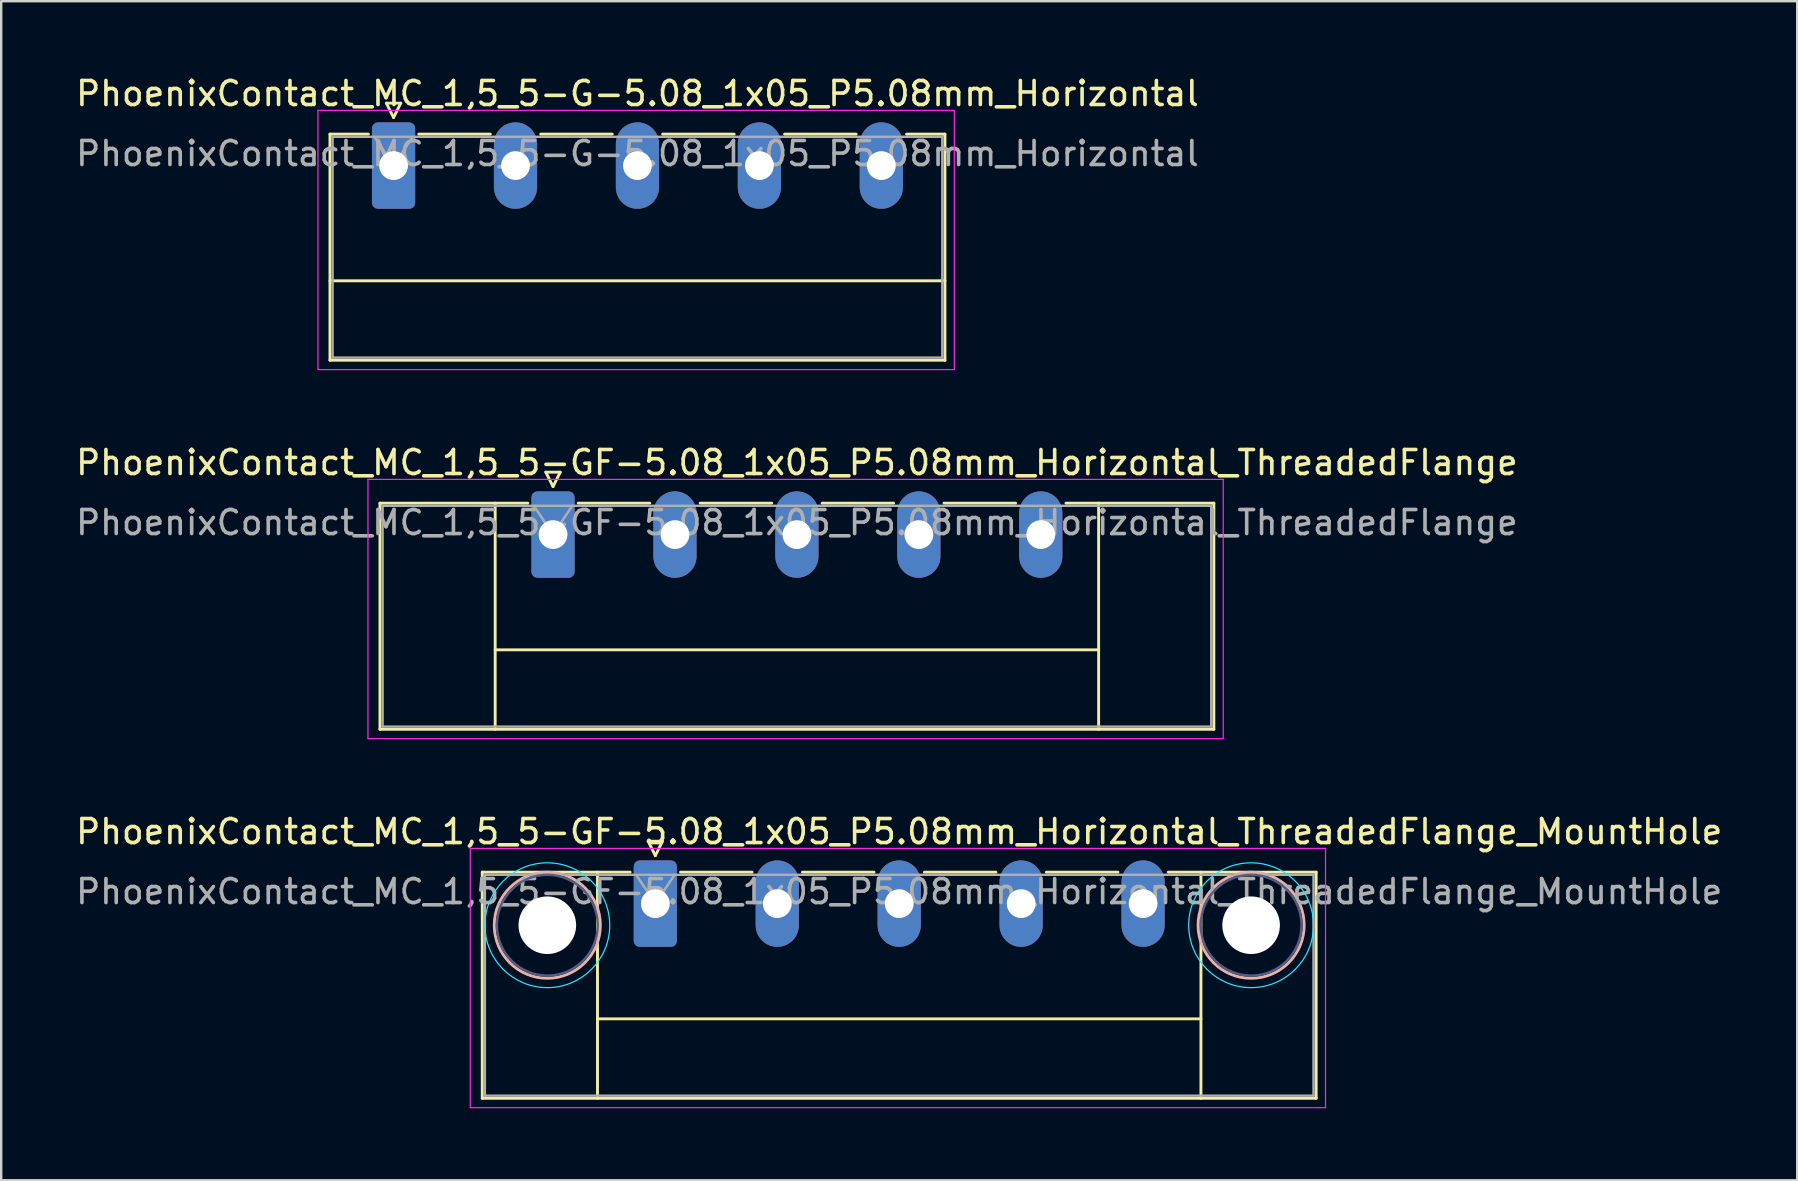
<source format=kicad_pcb>
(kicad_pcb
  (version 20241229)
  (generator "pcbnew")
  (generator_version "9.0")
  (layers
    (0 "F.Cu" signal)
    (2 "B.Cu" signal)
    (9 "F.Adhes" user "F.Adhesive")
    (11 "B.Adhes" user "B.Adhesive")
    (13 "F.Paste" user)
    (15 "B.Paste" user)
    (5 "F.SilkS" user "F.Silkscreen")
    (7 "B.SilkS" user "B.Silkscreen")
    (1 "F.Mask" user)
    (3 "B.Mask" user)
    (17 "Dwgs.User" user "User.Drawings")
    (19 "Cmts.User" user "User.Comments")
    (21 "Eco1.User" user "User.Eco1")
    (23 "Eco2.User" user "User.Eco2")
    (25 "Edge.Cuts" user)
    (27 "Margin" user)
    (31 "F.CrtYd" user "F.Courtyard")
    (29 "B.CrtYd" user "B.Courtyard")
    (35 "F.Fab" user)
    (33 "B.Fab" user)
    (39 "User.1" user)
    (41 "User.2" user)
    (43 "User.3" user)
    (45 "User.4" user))
  (footprint "PhoenixContact_MC_1,5_5-GF-5.08_1x05_P5.08mm_Horizontal_ThreadedFlange_MountHole"
    (layer "F.Cu")
    (at 24.251 34.595)
    (property "Reference" "PhoenixContact_MC_1,5_5-GF-5.08_1x05_P5.08mm_Horizontal_ThreadedFlange_MountHole" (at 10.16 -3 0) (layer "F.SilkS") (effects (font (size 1 1) (thickness 0.15))))
    (attr through_hole)
    (fp_line (start -7.21 -1.31) (end -7.21 8.11) (stroke (width 0.12) (type solid)) (layer "F.SilkS"))
    (fp_line (start -7.21 -1.31) (end -1.05 -1.31) (stroke (width 0.12) (type solid)) (layer "F.SilkS"))
    (fp_line (start -7.21 8.11) (end 27.53 8.11) (stroke (width 0.12) (type solid)) (layer "F.SilkS"))
    (fp_line (start -2.41 -1.31) (end -2.41 8.11) (stroke (width 0.12) (type solid)) (layer "F.SilkS"))
    (fp_line (start -2.41 4.8) (end 22.73 4.8) (stroke (width 0.12) (type solid)) (layer "F.SilkS"))
    (fp_line (start -0.3 -2.6) (end 0.3 -2.6) (stroke (width 0.12) (type solid)) (layer "F.SilkS"))
    (fp_line (start 0 -2) (end -0.3 -2.6) (stroke (width 0.12) (type solid)) (layer "F.SilkS"))
    (fp_line (start 0.3 -2.6) (end 0 -2) (stroke (width 0.12) (type solid)) (layer "F.SilkS"))
    (fp_line (start 1.05 -1.31) (end 4.03 -1.31) (stroke (width 0.12) (type solid)) (layer "F.SilkS"))
    (fp_line (start 6.13 -1.31) (end 9.11 -1.31) (stroke (width 0.12) (type solid)) (layer "F.SilkS"))
    (fp_line (start 11.21 -1.31) (end 14.19 -1.31) (stroke (width 0.12) (type solid)) (layer "F.SilkS"))
    (fp_line (start 16.29 -1.31) (end 19.27 -1.31) (stroke (width 0.12) (type solid)) (layer "F.SilkS"))
    (fp_line (start 22.73 -1.31) (end 22.73 8.11) (stroke (width 0.12) (type solid)) (layer "F.SilkS"))
    (fp_line (start 27.53 -1.31) (end 21.37 -1.31) (stroke (width 0.12) (type solid)) (layer "F.SilkS"))
    (fp_line (start 27.53 8.11) (end 27.53 -1.31) (stroke (width 0.12) (type solid)) (layer "F.SilkS"))
    (fp_circle (center -4.5 0.9) (end -2.29 0.9) (stroke (width 0.12) (type solid)) (fill no) (layer "B.SilkS"))
    (fp_circle (center 24.82 0.9) (end 27.03 0.9) (stroke (width 0.12) (type solid)) (fill no) (layer "B.SilkS"))
    (fp_circle (center -4.5 0.9) (end -1.9 0.9) (stroke (width 0.05) (type solid)) (fill no) (layer "B.CrtYd"))
    (fp_circle (center 24.82 0.9) (end 27.42 0.9) (stroke (width 0.05) (type solid)) (fill no) (layer "B.CrtYd"))
    (fp_line (start -7.71 -2.3) (end -7.71 8.5) (stroke (width 0.05) (type solid)) (layer "F.CrtYd"))
    (fp_line (start -7.71 8.5) (end 27.92 8.5) (stroke (width 0.05) (type solid)) (layer "F.CrtYd"))
    (fp_line (start 27.92 -2.3) (end -7.71 -2.3) (stroke (width 0.05) (type solid)) (layer "F.CrtYd"))
    (fp_line (start 27.92 8.5) (end 27.92 -2.3) (stroke (width 0.05) (type solid)) (layer "F.CrtYd"))
    (fp_circle (center -4.5 0.9) (end -2.4 0.9) (stroke (width 0.1) (type solid)) (fill no) (layer "B.Fab"))
    (fp_circle (center 24.82 0.9) (end 26.92 0.9) (stroke (width 0.1) (type solid)) (fill no) (layer "B.Fab"))
    (fp_line (start -7.1 -1.2) (end -7.1 8) (stroke (width 0.1) (type solid)) (layer "F.Fab"))
    (fp_line (start -7.1 8) (end 27.42 8) (stroke (width 0.1) (type solid)) (layer "F.Fab"))
    (fp_line (start 0 0) (end -0.8 -1.2) (stroke (width 0.1) (type solid)) (layer "F.Fab"))
    (fp_line (start 0.8 -1.2) (end 0 0) (stroke (width 0.1) (type solid)) (layer "F.Fab"))
    (fp_line (start 27.42 -1.2) (end -7.1 -1.2) (stroke (width 0.1) (type solid)) (layer "F.Fab"))
    (fp_line (start 27.42 8) (end 27.42 -1.2) (stroke (width 0.1) (type solid)) (layer "F.Fab"))
    (fp_text user "${REFERENCE}" (at 10.16 -0.5 0) (layer "F.Fab") (effects (font (size 1 1) (thickness 0.15))))
    (pad "" np_thru_hole circle (at -4.5 0.9) (size 2.4 2.4) (drill 2.4) (layers "*.Cu" "*.Mask"))
    (pad "" np_thru_hole circle (at 24.82 0.9) (size 2.4 2.4) (drill 2.4) (layers "*.Cu" "*.Mask"))
    (pad "1" thru_hole roundrect (at 0 0) (size 1.8 3.6) (drill 1.2) (layers "*.Cu" "*.Mask") (roundrect_rratio 0.139))
    (pad "2" thru_hole oval (at 5.08 0) (size 1.8 3.6) (drill 1.2) (layers "*.Cu" "*.Mask"))
    (pad "3" thru_hole oval (at 10.16 0) (size 1.8 3.6) (drill 1.2) (layers "*.Cu" "*.Mask"))
    (pad "4" thru_hole oval (at 15.24 0) (size 1.8 3.6) (drill 1.2) (layers "*.Cu" "*.Mask"))
    (pad "5" thru_hole oval (at 20.32 0) (size 1.8 3.6) (drill 1.2) (layers "*.Cu" "*.Mask")))
  (footprint "PhoenixContact_MC_1,5_5-G-5.08_1x05_P5.08mm_Horizontal"
    (layer "F.Cu")
    (at 13.346 3.848)
    (property "Reference" "PhoenixContact_MC_1,5_5-G-5.08_1x05_P5.08mm_Horizontal" (at 10.16 -3 0) (layer "F.SilkS") (effects (font (size 1 1) (thickness 0.15))))
    (attr through_hole)
    (fp_line (start -2.65 -1.31) (end -2.65 8.11) (stroke (width 0.12) (type solid)) (layer "F.SilkS"))
    (fp_line (start -2.65 -1.31) (end -1.05 -1.31) (stroke (width 0.12) (type solid)) (layer "F.SilkS"))
    (fp_line (start -2.65 4.8) (end 22.97 4.8) (stroke (width 0.12) (type solid)) (layer "F.SilkS"))
    (fp_line (start -2.65 8.11) (end 22.97 8.11) (stroke (width 0.12) (type solid)) (layer "F.SilkS"))
    (fp_line (start -0.3 -2.6) (end 0.3 -2.6) (stroke (width 0.12) (type solid)) (layer "F.SilkS"))
    (fp_line (start 0 -2) (end -0.3 -2.6) (stroke (width 0.12) (type solid)) (layer "F.SilkS"))
    (fp_line (start 0.3 -2.6) (end 0 -2) (stroke (width 0.12) (type solid)) (layer "F.SilkS"))
    (fp_line (start 1.05 -1.31) (end 4.03 -1.31) (stroke (width 0.12) (type solid)) (layer "F.SilkS"))
    (fp_line (start 6.13 -1.31) (end 9.11 -1.31) (stroke (width 0.12) (type solid)) (layer "F.SilkS"))
    (fp_line (start 11.21 -1.31) (end 14.19 -1.31) (stroke (width 0.12) (type solid)) (layer "F.SilkS"))
    (fp_line (start 16.29 -1.31) (end 19.27 -1.31) (stroke (width 0.12) (type solid)) (layer "F.SilkS"))
    (fp_line (start 22.97 -1.31) (end 21.37 -1.31) (stroke (width 0.12) (type solid)) (layer "F.SilkS"))
    (fp_line (start 22.97 8.11) (end 22.97 -1.31) (stroke (width 0.12) (type solid)) (layer "F.SilkS"))
    (fp_line (start -3.15 -2.3) (end -3.15 8.5) (stroke (width 0.05) (type solid)) (layer "F.CrtYd"))
    (fp_line (start -3.15 8.5) (end 23.36 8.5) (stroke (width 0.05) (type solid)) (layer "F.CrtYd"))
    (fp_line (start 23.36 -2.3) (end -3.15 -2.3) (stroke (width 0.05) (type solid)) (layer "F.CrtYd"))
    (fp_line (start 23.36 8.5) (end 23.36 -2.3) (stroke (width 0.05) (type solid)) (layer "F.CrtYd"))
    (fp_line (start -2.54 -1.2) (end -2.54 8) (stroke (width 0.1) (type solid)) (layer "F.Fab"))
    (fp_line (start -2.54 8) (end 22.86 8) (stroke (width 0.1) (type solid)) (layer "F.Fab"))
    (fp_line (start 0 0) (end -0.8 -1.2) (stroke (width 0.1) (type solid)) (layer "F.Fab"))
    (fp_line (start 0.8 -1.2) (end 0 0) (stroke (width 0.1) (type solid)) (layer "F.Fab"))
    (fp_line (start 22.86 -1.2) (end -2.54 -1.2) (stroke (width 0.1) (type solid)) (layer "F.Fab"))
    (fp_line (start 22.86 8) (end 22.86 -1.2) (stroke (width 0.1) (type solid)) (layer "F.Fab"))
    (fp_text user "${REFERENCE}" (at 10.16 -0.5 0) (layer "F.Fab") (effects (font (size 1 1) (thickness 0.15))))
    (pad "1" thru_hole roundrect (at 0 0) (size 1.8 3.6) (drill 1.2) (layers "*.Cu" "*.Mask") (roundrect_rratio 0.139))
    (pad "2" thru_hole oval (at 5.08 0) (size 1.8 3.6) (drill 1.2) (layers "*.Cu" "*.Mask"))
    (pad "3" thru_hole oval (at 10.16 0) (size 1.8 3.6) (drill 1.2) (layers "*.Cu" "*.Mask"))
    (pad "4" thru_hole oval (at 15.24 0) (size 1.8 3.6) (drill 1.2) (layers "*.Cu" "*.Mask"))
    (pad "5" thru_hole oval (at 20.32 0) (size 1.8 3.6) (drill 1.2) (layers "*.Cu" "*.Mask")))
  (footprint "PhoenixContact_MC_1,5_5-GF-5.08_1x05_P5.08mm_Horizontal_ThreadedFlange"
    (layer "F.Cu")
    (at 19.989 19.221)
    (property "Reference" "PhoenixContact_MC_1,5_5-GF-5.08_1x05_P5.08mm_Horizontal_ThreadedFlange" (at 10.16 -3 0) (layer "F.SilkS") (effects (font (size 1 1) (thickness 0.15))))
    (attr through_hole)
    (fp_line (start -7.21 -1.31) (end -7.21 8.11) (stroke (width 0.12) (type solid)) (layer "F.SilkS"))
    (fp_line (start -7.21 -1.31) (end -1.05 -1.31) (stroke (width 0.12) (type solid)) (layer "F.SilkS"))
    (fp_line (start -7.21 8.11) (end 27.53 8.11) (stroke (width 0.12) (type solid)) (layer "F.SilkS"))
    (fp_line (start -2.41 -1.31) (end -2.41 8.11) (stroke (width 0.12) (type solid)) (layer "F.SilkS"))
    (fp_line (start -2.41 4.8) (end 22.73 4.8) (stroke (width 0.12) (type solid)) (layer "F.SilkS"))
    (fp_line (start -0.3 -2.6) (end 0.3 -2.6) (stroke (width 0.12) (type solid)) (layer "F.SilkS"))
    (fp_line (start 0 -2) (end -0.3 -2.6) (stroke (width 0.12) (type solid)) (layer "F.SilkS"))
    (fp_line (start 0.3 -2.6) (end 0 -2) (stroke (width 0.12) (type solid)) (layer "F.SilkS"))
    (fp_line (start 1.05 -1.31) (end 4.03 -1.31) (stroke (width 0.12) (type solid)) (layer "F.SilkS"))
    (fp_line (start 6.13 -1.31) (end 9.11 -1.31) (stroke (width 0.12) (type solid)) (layer "F.SilkS"))
    (fp_line (start 11.21 -1.31) (end 14.19 -1.31) (stroke (width 0.12) (type solid)) (layer "F.SilkS"))
    (fp_line (start 16.29 -1.31) (end 19.27 -1.31) (stroke (width 0.12) (type solid)) (layer "F.SilkS"))
    (fp_line (start 22.73 -1.31) (end 22.73 8.11) (stroke (width 0.12) (type solid)) (layer "F.SilkS"))
    (fp_line (start 27.53 -1.31) (end 21.37 -1.31) (stroke (width 0.12) (type solid)) (layer "F.SilkS"))
    (fp_line (start 27.53 8.11) (end 27.53 -1.31) (stroke (width 0.12) (type solid)) (layer "F.SilkS"))
    (fp_line (start -7.71 -2.3) (end -7.71 8.5) (stroke (width 0.05) (type solid)) (layer "F.CrtYd"))
    (fp_line (start -7.71 8.5) (end 27.92 8.5) (stroke (width 0.05) (type solid)) (layer "F.CrtYd"))
    (fp_line (start 27.92 -2.3) (end -7.71 -2.3) (stroke (width 0.05) (type solid)) (layer "F.CrtYd"))
    (fp_line (start 27.92 8.5) (end 27.92 -2.3) (stroke (width 0.05) (type solid)) (layer "F.CrtYd"))
    (fp_line (start -7.1 -1.2) (end -7.1 8) (stroke (width 0.1) (type solid)) (layer "F.Fab"))
    (fp_line (start -7.1 8) (end 27.42 8) (stroke (width 0.1) (type solid)) (layer "F.Fab"))
    (fp_line (start 0 0) (end -0.8 -1.2) (stroke (width 0.1) (type solid)) (layer "F.Fab"))
    (fp_line (start 0.8 -1.2) (end 0 0) (stroke (width 0.1) (type solid)) (layer "F.Fab"))
    (fp_line (start 27.42 -1.2) (end -7.1 -1.2) (stroke (width 0.1) (type solid)) (layer "F.Fab"))
    (fp_line (start 27.42 8) (end 27.42 -1.2) (stroke (width 0.1) (type solid)) (layer "F.Fab"))
    (fp_text user "${REFERENCE}" (at 10.16 -0.5 0) (layer "F.Fab") (effects (font (size 1 1) (thickness 0.15))))
    (pad "1" thru_hole roundrect (at 0 0) (size 1.8 3.6) (drill 1.2) (layers "*.Cu" "*.Mask") (roundrect_rratio 0.139))
    (pad "2" thru_hole oval (at 5.08 0) (size 1.8 3.6) (drill 1.2) (layers "*.Cu" "*.Mask"))
    (pad "3" thru_hole oval (at 10.16 0) (size 1.8 3.6) (drill 1.2) (layers "*.Cu" "*.Mask"))
    (pad "4" thru_hole oval (at 15.24 0) (size 1.8 3.6) (drill 1.2) (layers "*.Cu" "*.Mask"))
    (pad "5" thru_hole oval (at 20.32 0) (size 1.8 3.6) (drill 1.2) (layers "*.Cu" "*.Mask")))
  (gr_rect
    (start -3 -3)
    (end 71.821 46.12)
    (stroke (width 0.1) (type default))
    (fill no)
    (layer "Edge.Cuts")))
</source>
